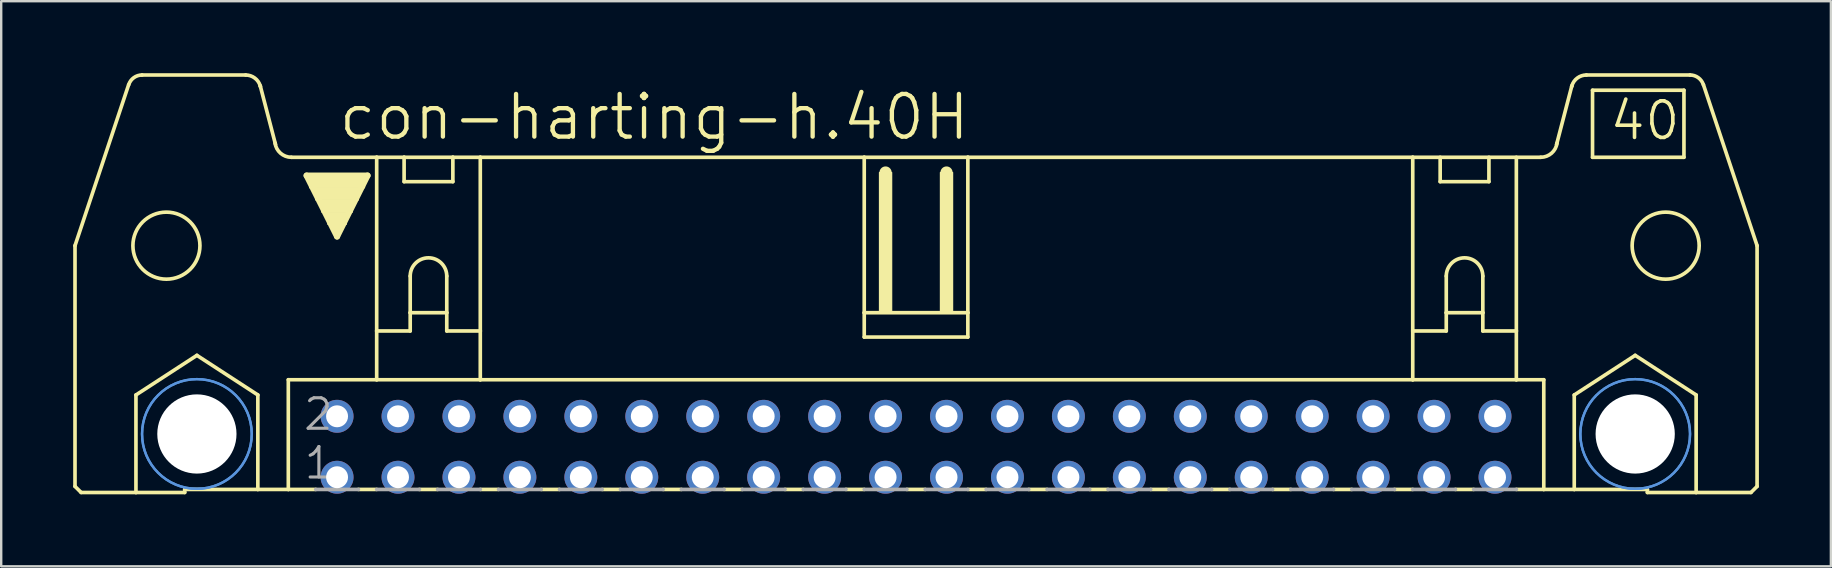
<source format=kicad_pcb>
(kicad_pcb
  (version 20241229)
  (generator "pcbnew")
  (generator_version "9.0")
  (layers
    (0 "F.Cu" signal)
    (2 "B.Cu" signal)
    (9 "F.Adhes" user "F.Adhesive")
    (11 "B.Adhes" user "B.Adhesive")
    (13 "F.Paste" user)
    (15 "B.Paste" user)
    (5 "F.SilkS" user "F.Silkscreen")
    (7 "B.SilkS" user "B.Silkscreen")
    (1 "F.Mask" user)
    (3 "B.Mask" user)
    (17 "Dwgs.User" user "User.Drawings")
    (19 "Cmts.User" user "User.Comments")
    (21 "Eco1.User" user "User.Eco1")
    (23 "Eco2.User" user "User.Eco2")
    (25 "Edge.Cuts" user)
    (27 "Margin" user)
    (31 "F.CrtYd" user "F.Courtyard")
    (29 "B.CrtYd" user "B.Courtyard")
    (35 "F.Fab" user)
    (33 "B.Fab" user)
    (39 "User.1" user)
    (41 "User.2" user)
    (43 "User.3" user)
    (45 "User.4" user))
  (footprint "con-harting-h.40H"
    (layer "F.Cu")
    (at 35.128 15.57)
    (property "Reference" "con-harting-h.40H" (at -24.155 -12.7 0) (layer "F.SilkS") (effects (font (size 1.778 1.778) (thickness 0.18)) (justify left bottom)))
    (attr through_hole)
    (fp_line (start -35.052 1.651) (end -35.052 -8.382) (stroke (width 0.152) (type default)) (layer "F.SilkS"))
    (fp_line (start -35.052 1.651) (end -34.798 1.905) (stroke (width 0.152) (type default)) (layer "F.SilkS"))
    (fp_line (start -34.798 1.905) (end -32.512 1.905) (stroke (width 0.152) (type default)) (layer "F.SilkS"))
    (fp_line (start -32.817 -15.088) (end -35.052 -8.382) (stroke (width 0.152) (type default)) (layer "F.SilkS"))
    (fp_line (start -32.512 -2.159) (end -29.972 -3.81) (stroke (width 0.152) (type default)) (layer "F.SilkS"))
    (fp_line (start -32.512 1.905) (end -32.512 -2.159) (stroke (width 0.152) (type default)) (layer "F.SilkS"))
    (fp_line (start -32.512 1.905) (end -30.48 1.905) (stroke (width 0.152) (type default)) (layer "F.SilkS"))
    (fp_line (start -30.48 1.778) (end -30.48 1.905) (stroke (width 0.152) (type default)) (layer "F.SilkS"))
    (fp_line (start -30.48 1.778) (end -27.432 1.778) (stroke (width 0.152) (type default)) (layer "F.SilkS"))
    (fp_line (start -29.972 -3.81) (end -27.432 -2.159) (stroke (width 0.152) (type default)) (layer "F.SilkS"))
    (fp_line (start -27.94 -15.494) (end -32.258 -15.494) (stroke (width 0.152) (type default)) (layer "F.SilkS"))
    (fp_line (start -27.432 1.778) (end -27.432 -2.159) (stroke (width 0.152) (type default)) (layer "F.SilkS"))
    (fp_line (start -27.432 1.778) (end -26.162 1.778) (stroke (width 0.152) (type default)) (layer "F.SilkS"))
    (fp_line (start -26.695 -12.598) (end -27.33 -15.037) (stroke (width 0.152) (type default)) (layer "F.SilkS"))
    (fp_line (start -26.162 -2.794) (end -26.162 1.778) (stroke (width 0.152) (type default)) (layer "F.SilkS"))
    (fp_line (start -26.162 1.778) (end -25.019 1.778) (stroke (width 0.152) (type default)) (layer "F.SilkS"))
    (fp_line (start -26.035 -12.065) (end -22.479 -12.065) (stroke (width 0.152) (type default)) (layer "F.SilkS"))
    (fp_line (start -25.4 -11.303) (end -22.86 -11.303) (stroke (width 0.254) (type default)) (layer "F.SilkS"))
    (fp_line (start -24.13 -8.763) (end -25.4 -11.303) (stroke (width 0.254) (type default)) (layer "F.SilkS"))
    (fp_line (start -23.241 1.778) (end -22.479 1.778) (stroke (width 0.152) (type default)) (layer "F.SilkS"))
    (fp_line (start -22.86 -11.303) (end -24.13 -8.763) (stroke (width 0.254) (type default)) (layer "F.SilkS"))
    (fp_line (start -22.479 -12.065) (end -21.336 -12.065) (stroke (width 0.152) (type default)) (layer "F.SilkS"))
    (fp_line (start -22.479 -4.826) (end -22.479 -12.065) (stroke (width 0.152) (type default)) (layer "F.SilkS"))
    (fp_line (start -22.479 -4.826) (end -22.479 -2.794) (stroke (width 0.152) (type default)) (layer "F.SilkS"))
    (fp_line (start -22.479 -4.826) (end -21.082 -4.826) (stroke (width 0.152) (type default)) (layer "F.SilkS"))
    (fp_line (start -22.479 -2.794) (end -26.162 -2.794) (stroke (width 0.152) (type default)) (layer "F.SilkS"))
    (fp_line (start -21.336 -12.065) (end -19.304 -12.065) (stroke (width 0.152) (type default)) (layer "F.SilkS"))
    (fp_line (start -21.336 -11.049) (end -21.336 -12.065) (stroke (width 0.152) (type default)) (layer "F.SilkS"))
    (fp_line (start -21.336 -11.049) (end -19.304 -11.049) (stroke (width 0.152) (type default)) (layer "F.SilkS"))
    (fp_line (start -21.082 -7.112) (end -21.082 -5.588) (stroke (width 0.152) (type default)) (layer "F.SilkS"))
    (fp_line (start -21.082 -5.588) (end -21.082 -4.826) (stroke (width 0.152) (type default)) (layer "F.SilkS"))
    (fp_line (start -21.082 -5.588) (end -19.558 -5.588) (stroke (width 0.152) (type default)) (layer "F.SilkS"))
    (fp_line (start -20.701 1.778) (end -19.939 1.778) (stroke (width 0.152) (type default)) (layer "F.SilkS"))
    (fp_line (start -19.558 -7.112) (end -19.558 -5.588) (stroke (width 0.152) (type default)) (layer "F.SilkS"))
    (fp_line (start -19.558 -5.588) (end -19.558 -4.826) (stroke (width 0.152) (type default)) (layer "F.SilkS"))
    (fp_line (start -19.558 -4.826) (end -18.161 -4.826) (stroke (width 0.152) (type default)) (layer "F.SilkS"))
    (fp_line (start -19.304 -12.065) (end -19.304 -11.049) (stroke (width 0.152) (type default)) (layer "F.SilkS"))
    (fp_line (start -19.304 -12.065) (end -18.161 -12.065) (stroke (width 0.152) (type default)) (layer "F.SilkS"))
    (fp_line (start -18.161 -12.065) (end -2.159 -12.065) (stroke (width 0.152) (type default)) (layer "F.SilkS"))
    (fp_line (start -18.161 -4.826) (end -18.161 -12.065) (stroke (width 0.152) (type default)) (layer "F.SilkS"))
    (fp_line (start -18.161 -4.826) (end -18.161 -2.794) (stroke (width 0.152) (type default)) (layer "F.SilkS"))
    (fp_line (start -18.161 -2.794) (end -22.479 -2.794) (stroke (width 0.152) (type default)) (layer "F.SilkS"))
    (fp_line (start -18.161 1.778) (end -17.399 1.778) (stroke (width 0.152) (type default)) (layer "F.SilkS"))
    (fp_line (start -15.621 1.778) (end -14.859 1.778) (stroke (width 0.152) (type default)) (layer "F.SilkS"))
    (fp_line (start -13.081 1.778) (end -12.319 1.778) (stroke (width 0.152) (type default)) (layer "F.SilkS"))
    (fp_line (start -10.541 1.778) (end -9.779 1.778) (stroke (width 0.152) (type default)) (layer "F.SilkS"))
    (fp_line (start -8.001 1.778) (end -7.239 1.778) (stroke (width 0.152) (type default)) (layer "F.SilkS"))
    (fp_line (start -5.461 1.778) (end -4.699 1.778) (stroke (width 0.152) (type default)) (layer "F.SilkS"))
    (fp_line (start -2.921 1.778) (end -2.159 1.778) (stroke (width 0.152) (type default)) (layer "F.SilkS"))
    (fp_line (start -2.159 -12.065) (end -2.159 -5.588) (stroke (width 0.152) (type default)) (layer "F.SilkS"))
    (fp_line (start -2.159 -12.065) (end 2.159 -12.065) (stroke (width 0.152) (type default)) (layer "F.SilkS"))
    (fp_line (start -2.159 -5.588) (end -2.159 -4.572) (stroke (width 0.152) (type default)) (layer "F.SilkS"))
    (fp_line (start -1.27 -11.176) (end -1.27 -11.43) (stroke (width 0.508) (type default)) (layer "F.SilkS"))
    (fp_line (start -0.381 1.778) (end 0.381 1.778) (stroke (width 0.152) (type default)) (layer "F.SilkS"))
    (fp_line (start 1.27 -11.176) (end 1.27 -11.43) (stroke (width 0.508) (type default)) (layer "F.SilkS"))
    (fp_line (start 2.159 -12.065) (end 2.159 -5.588) (stroke (width 0.152) (type default)) (layer "F.SilkS"))
    (fp_line (start 2.159 -12.065) (end 20.701 -12.065) (stroke (width 0.152) (type default)) (layer "F.SilkS"))
    (fp_line (start 2.159 -5.588) (end -2.159 -5.588) (stroke (width 0.152) (type default)) (layer "F.SilkS"))
    (fp_line (start 2.159 -5.588) (end 2.159 -4.572) (stroke (width 0.152) (type default)) (layer "F.SilkS"))
    (fp_line (start 2.159 -4.572) (end -2.159 -4.572) (stroke (width 0.152) (type default)) (layer "F.SilkS"))
    (fp_line (start 2.159 1.778) (end 2.921 1.778) (stroke (width 0.152) (type default)) (layer "F.SilkS"))
    (fp_line (start 4.699 1.778) (end 5.461 1.778) (stroke (width 0.152) (type default)) (layer "F.SilkS"))
    (fp_line (start 7.239 1.778) (end 8.001 1.778) (stroke (width 0.152) (type default)) (layer "F.SilkS"))
    (fp_line (start 9.779 1.778) (end 10.541 1.778) (stroke (width 0.152) (type default)) (layer "F.SilkS"))
    (fp_line (start 12.319 1.778) (end 13.081 1.778) (stroke (width 0.152) (type default)) (layer "F.SilkS"))
    (fp_line (start 14.859 1.778) (end 15.621 1.778) (stroke (width 0.152) (type default)) (layer "F.SilkS"))
    (fp_line (start 17.399 1.778) (end 18.161 1.778) (stroke (width 0.152) (type default)) (layer "F.SilkS"))
    (fp_line (start 19.939 1.778) (end 20.701 1.778) (stroke (width 0.152) (type default)) (layer "F.SilkS"))
    (fp_line (start 20.701 -12.065) (end 26.035 -12.065) (stroke (width 0.152) (type default)) (layer "F.SilkS"))
    (fp_line (start 20.701 -4.826) (end 20.701 -12.065) (stroke (width 0.152) (type default)) (layer "F.SilkS"))
    (fp_line (start 20.701 -4.826) (end 20.701 -2.794) (stroke (width 0.152) (type default)) (layer "F.SilkS"))
    (fp_line (start 20.701 -4.826) (end 22.098 -4.826) (stroke (width 0.152) (type default)) (layer "F.SilkS"))
    (fp_line (start 20.701 -2.794) (end -18.161 -2.794) (stroke (width 0.152) (type default)) (layer "F.SilkS"))
    (fp_line (start 21.844 -11.049) (end 21.844 -12.065) (stroke (width 0.152) (type default)) (layer "F.SilkS"))
    (fp_line (start 21.844 -11.049) (end 23.876 -11.049) (stroke (width 0.152) (type default)) (layer "F.SilkS"))
    (fp_line (start 22.098 -7.112) (end 22.098 -5.588) (stroke (width 0.152) (type default)) (layer "F.SilkS"))
    (fp_line (start 22.098 -5.588) (end 22.098 -4.826) (stroke (width 0.152) (type default)) (layer "F.SilkS"))
    (fp_line (start 22.098 -5.588) (end 23.622 -5.588) (stroke (width 0.152) (type default)) (layer "F.SilkS"))
    (fp_line (start 22.479 1.778) (end 23.241 1.778) (stroke (width 0.152) (type default)) (layer "F.SilkS"))
    (fp_line (start 23.622 -7.112) (end 23.622 -5.588) (stroke (width 0.152) (type default)) (layer "F.SilkS"))
    (fp_line (start 23.622 -5.588) (end 23.622 -4.826) (stroke (width 0.152) (type default)) (layer "F.SilkS"))
    (fp_line (start 23.622 -4.826) (end 25.019 -4.826) (stroke (width 0.152) (type default)) (layer "F.SilkS"))
    (fp_line (start 23.876 -12.065) (end 23.876 -11.049) (stroke (width 0.152) (type default)) (layer "F.SilkS"))
    (fp_line (start 25.019 -4.826) (end 25.019 -12.065) (stroke (width 0.152) (type default)) (layer "F.SilkS"))
    (fp_line (start 25.019 -4.826) (end 25.019 -2.794) (stroke (width 0.152) (type default)) (layer "F.SilkS"))
    (fp_line (start 25.019 -2.794) (end 20.701 -2.794) (stroke (width 0.152) (type default)) (layer "F.SilkS"))
    (fp_line (start 26.162 -2.794) (end 25.019 -2.794) (stroke (width 0.152) (type default)) (layer "F.SilkS"))
    (fp_line (start 26.162 -2.794) (end 26.162 1.778) (stroke (width 0.152) (type default)) (layer "F.SilkS"))
    (fp_line (start 26.162 1.778) (end 25.019 1.778) (stroke (width 0.152) (type default)) (layer "F.SilkS"))
    (fp_line (start 26.695 -12.598) (end 27.33 -15.037) (stroke (width 0.152) (type default)) (layer "F.SilkS"))
    (fp_line (start 27.432 -2.159) (end 29.972 -3.81) (stroke (width 0.152) (type default)) (layer "F.SilkS"))
    (fp_line (start 27.432 1.778) (end 26.162 1.778) (stroke (width 0.152) (type default)) (layer "F.SilkS"))
    (fp_line (start 27.432 1.778) (end 27.432 -2.159) (stroke (width 0.152) (type default)) (layer "F.SilkS"))
    (fp_line (start 27.94 -15.494) (end 32.258 -15.494) (stroke (width 0.152) (type default)) (layer "F.SilkS"))
    (fp_line (start 28.194 -14.859) (end 28.194 -12.065) (stroke (width 0.152) (type default)) (layer "F.SilkS"))
    (fp_line (start 28.194 -12.065) (end 32.004 -12.065) (stroke (width 0.152) (type default)) (layer "F.SilkS"))
    (fp_line (start 29.972 -3.81) (end 32.512 -2.159) (stroke (width 0.152) (type default)) (layer "F.SilkS"))
    (fp_line (start 30.48 1.778) (end 27.432 1.778) (stroke (width 0.152) (type default)) (layer "F.SilkS"))
    (fp_line (start 30.48 1.778) (end 30.48 1.905) (stroke (width 0.152) (type default)) (layer "F.SilkS"))
    (fp_line (start 32.004 -14.859) (end 28.194 -14.859) (stroke (width 0.152) (type default)) (layer "F.SilkS"))
    (fp_line (start 32.004 -14.859) (end 32.004 -12.065) (stroke (width 0.152) (type default)) (layer "F.SilkS"))
    (fp_line (start 32.512 1.905) (end 30.48 1.905) (stroke (width 0.152) (type default)) (layer "F.SilkS"))
    (fp_line (start 32.512 1.905) (end 32.512 -2.159) (stroke (width 0.152) (type default)) (layer "F.SilkS"))
    (fp_line (start 32.817 -15.088) (end 35.052 -8.382) (stroke (width 0.152) (type default)) (layer "F.SilkS"))
    (fp_line (start 34.798 1.905) (end 32.512 1.905) (stroke (width 0.152) (type default)) (layer "F.SilkS"))
    (fp_line (start 35.052 1.651) (end 34.798 1.905) (stroke (width 0.152) (type default)) (layer "F.SilkS"))
    (fp_line (start 35.052 1.651) (end 35.052 -8.382) (stroke (width 0.152) (type default)) (layer "F.SilkS"))
    (fp_rect (start -25.273 -10.795) (end -22.987 -11.303) (stroke (width 0.05) (type default)) (fill yes) (layer "F.SilkS"))
    (fp_rect (start -25.019 -10.287) (end -23.241 -10.795) (stroke (width 0.05) (type default)) (fill yes) (layer "F.SilkS"))
    (fp_rect (start -24.765 -9.779) (end -23.495 -10.287) (stroke (width 0.05) (type default)) (fill yes) (layer "F.SilkS"))
    (fp_rect (start -24.511 -9.271) (end -23.749 -9.779) (stroke (width 0.05) (type default)) (fill yes) (layer "F.SilkS"))
    (fp_rect (start -24.257 -9.017) (end -24.003 -9.271) (stroke (width 0.05) (type default)) (fill yes) (layer "F.SilkS"))
    (fp_rect (start -1.524 -5.588) (end -1.016 -11.43) (stroke (width 0.05) (type default)) (fill yes) (layer "F.SilkS"))
    (fp_rect (start 1.016 -5.588) (end 1.524 -11.43) (stroke (width 0.05) (type default)) (fill yes) (layer "F.SilkS"))
    (fp_arc (start -32.8144 -15.0878) (mid -32.602454 -15.38168) (end -32.258 -15.4941) (stroke (width 0.1524) (type default)) (layer "F.SilkS"))
    (fp_arc (start -27.94 -15.494) (mid -27.559 -15.367) (end -27.3304 -15.0368) (stroke (width 0.1524) (type default)) (layer "F.SilkS"))
    (fp_arc (start -27.3304 -15.0368) (mid -27.327084 -15.024931) (end -27.324 -15.013) (stroke (width 0.1524) (type default)) (layer "F.SilkS"))
    (fp_arc (start -26.035 -12.065) (mid -26.486774 -12.234824) (end -26.7148 -12.6602) (stroke (width 0.1524) (type default)) (layer "F.SilkS"))
    (fp_arc (start -21.082 -7.112) (mid -20.32 -7.874) (end -19.558 -7.112) (stroke (width 0.1524) (type default)) (layer "F.SilkS"))
    (fp_arc (start 22.098 -7.112) (mid 22.86 -7.874) (end 23.622 -7.112) (stroke (width 0.1524) (type default)) (layer "F.SilkS"))
    (fp_arc (start 26.7148 -12.6602) (mid 26.486774 -12.234824) (end 26.035 -12.065) (stroke (width 0.1524) (type default)) (layer "F.SilkS"))
    (fp_arc (start 27.324 -15.013) (mid 27.327084 -15.024931) (end 27.3304 -15.0368) (stroke (width 0.1524) (type default)) (layer "F.SilkS"))
    (fp_arc (start 27.3304 -15.0368) (mid 27.559 -15.367) (end 27.94 -15.494) (stroke (width 0.1524) (type default)) (layer "F.SilkS"))
    (fp_arc (start 32.258 -15.494) (mid 32.602385 -15.38161) (end 32.8143 -15.0878) (stroke (width 0.1524) (type default)) (layer "F.SilkS"))
    (fp_circle (center -31.242 -8.382) (end -29.845 -8.382) (stroke (width 0.152) (type default)) (fill no) (layer "F.SilkS"))
    (fp_circle (center -29.972 -0.533) (end -28.651 -0.533) (stroke (width 0.152) (type default)) (fill no) (layer "F.SilkS"))
    (fp_circle (center 29.972 -0.533) (end 31.293 -0.533) (stroke (width 0.152) (type default)) (fill no) (layer "F.SilkS"))
    (fp_circle (center 31.242 -8.382) (end 32.639 -8.382) (stroke (width 0.152) (type default)) (fill no) (layer "F.SilkS"))
    (fp_circle (center -29.972 -0.533) (end -27.686 -0.533) (stroke (width 0.1) (type default)) (fill no) (layer "Cmts.User"))
    (fp_circle (center -29.972 -0.533) (end -27.686 -0.533) (stroke (width 0.1) (type default)) (fill no) (layer "Cmts.User"))
    (fp_circle (center 29.972 -0.533) (end 32.258 -0.533) (stroke (width 0.1) (type default)) (fill no) (layer "Cmts.User"))
    (fp_circle (center 29.972 -0.533) (end 32.258 -0.533) (stroke (width 0.1) (type default)) (fill no) (layer "Cmts.User"))
    (fp_line (start -25.019 1.778) (end -23.241 1.778) (stroke (width 0.152) (type default)) (layer "F.Fab"))
    (fp_line (start -22.479 1.778) (end -20.701 1.778) (stroke (width 0.152) (type default)) (layer "F.Fab"))
    (fp_line (start -19.939 1.778) (end -18.161 1.778) (stroke (width 0.152) (type default)) (layer "F.Fab"))
    (fp_line (start -17.399 1.778) (end -15.621 1.778) (stroke (width 0.152) (type default)) (layer "F.Fab"))
    (fp_line (start -14.859 1.778) (end -13.081 1.778) (stroke (width 0.152) (type default)) (layer "F.Fab"))
    (fp_line (start -12.319 1.778) (end -10.541 1.778) (stroke (width 0.152) (type default)) (layer "F.Fab"))
    (fp_line (start -9.779 1.778) (end -8.001 1.778) (stroke (width 0.152) (type default)) (layer "F.Fab"))
    (fp_line (start -7.239 1.778) (end -5.461 1.778) (stroke (width 0.152) (type default)) (layer "F.Fab"))
    (fp_line (start -4.699 1.778) (end -2.921 1.778) (stroke (width 0.152) (type default)) (layer "F.Fab"))
    (fp_line (start -2.159 1.778) (end -0.381 1.778) (stroke (width 0.152) (type default)) (layer "F.Fab"))
    (fp_line (start 0.381 1.778) (end 2.159 1.778) (stroke (width 0.152) (type default)) (layer "F.Fab"))
    (fp_line (start 2.921 1.778) (end 4.699 1.778) (stroke (width 0.152) (type default)) (layer "F.Fab"))
    (fp_line (start 5.461 1.778) (end 7.239 1.778) (stroke (width 0.152) (type default)) (layer "F.Fab"))
    (fp_line (start 8.001 1.778) (end 9.779 1.778) (stroke (width 0.152) (type default)) (layer "F.Fab"))
    (fp_line (start 10.541 1.778) (end 12.319 1.778) (stroke (width 0.152) (type default)) (layer "F.Fab"))
    (fp_line (start 13.081 1.778) (end 14.859 1.778) (stroke (width 0.152) (type default)) (layer "F.Fab"))
    (fp_line (start 15.621 1.778) (end 17.399 1.778) (stroke (width 0.152) (type default)) (layer "F.Fab"))
    (fp_line (start 19.939 1.778) (end 18.161 1.778) (stroke (width 0.152) (type default)) (layer "F.Fab"))
    (fp_line (start 22.479 1.778) (end 20.701 1.778) (stroke (width 0.152) (type default)) (layer "F.Fab"))
    (fp_line (start 25.019 1.778) (end 23.241 1.778) (stroke (width 0.152) (type default)) (layer "F.Fab"))
    (fp_text user "40" (at 28.829 -12.7 0) (layer "F.SilkS") (effects (font (size 1.524 1.524) (thickness 0.15)) (justify left bottom)))
    (fp_text user "1" (at -25.578 1.422 0) (layer "F.Fab") (effects (font (size 1.27 1.27) (thickness 0.13)) (justify left bottom)))
    (fp_text user "2" (at -25.603 -0.61 0) (layer "F.Fab") (effects (font (size 1.27 1.27) (thickness 0.13)) (justify left bottom)))
    (pad "" np_thru_hole circle (at -29.972 -0.533) (size 3.302 3.302) (drill 3.302) (layers "*.Cu" "*.Mask"))
    (pad "" np_thru_hole circle (at 29.972 -0.533) (size 3.302 3.302) (drill 3.302) (layers "*.Cu" "*.Mask"))
    (pad "1" thru_hole circle (at -24.13 1.27) (size 1.372 1.372) (drill 0.914) (layers "*.Cu" "*.Mask"))
    (pad "2" thru_hole circle (at -24.13 -1.27) (size 1.372 1.372) (drill 0.914) (layers "*.Cu" "*.Mask"))
    (pad "3" thru_hole circle (at -21.59 1.27) (size 1.372 1.372) (drill 0.914) (layers "*.Cu" "*.Mask"))
    (pad "4" thru_hole circle (at -21.59 -1.27) (size 1.372 1.372) (drill 0.914) (layers "*.Cu" "*.Mask"))
    (pad "5" thru_hole circle (at -19.05 1.27) (size 1.372 1.372) (drill 0.914) (layers "*.Cu" "*.Mask"))
    (pad "6" thru_hole circle (at -19.05 -1.27) (size 1.372 1.372) (drill 0.914) (layers "*.Cu" "*.Mask"))
    (pad "7" thru_hole circle (at -16.51 1.27) (size 1.372 1.372) (drill 0.914) (layers "*.Cu" "*.Mask"))
    (pad "8" thru_hole circle (at -16.51 -1.27) (size 1.372 1.372) (drill 0.914) (layers "*.Cu" "*.Mask"))
    (pad "9" thru_hole circle (at -13.97 1.27) (size 1.372 1.372) (drill 0.914) (layers "*.Cu" "*.Mask"))
    (pad "10" thru_hole circle (at -13.97 -1.27) (size 1.372 1.372) (drill 0.914) (layers "*.Cu" "*.Mask"))
    (pad "11" thru_hole circle (at -11.43 1.27) (size 1.372 1.372) (drill 0.914) (layers "*.Cu" "*.Mask"))
    (pad "12" thru_hole circle (at -11.43 -1.27) (size 1.372 1.372) (drill 0.914) (layers "*.Cu" "*.Mask"))
    (pad "13" thru_hole circle (at -8.89 1.27) (size 1.372 1.372) (drill 0.914) (layers "*.Cu" "*.Mask"))
    (pad "14" thru_hole circle (at -8.89 -1.27) (size 1.372 1.372) (drill 0.914) (layers "*.Cu" "*.Mask"))
    (pad "15" thru_hole circle (at -6.35 1.27) (size 1.372 1.372) (drill 0.914) (layers "*.Cu" "*.Mask"))
    (pad "16" thru_hole circle (at -6.35 -1.27) (size 1.372 1.372) (drill 0.914) (layers "*.Cu" "*.Mask"))
    (pad "17" thru_hole circle (at -3.81 1.27) (size 1.372 1.372) (drill 0.914) (layers "*.Cu" "*.Mask"))
    (pad "18" thru_hole circle (at -3.81 -1.27) (size 1.372 1.372) (drill 0.914) (layers "*.Cu" "*.Mask"))
    (pad "19" thru_hole circle (at -1.27 1.27) (size 1.372 1.372) (drill 0.914) (layers "*.Cu" "*.Mask"))
    (pad "20" thru_hole circle (at -1.27 -1.27) (size 1.372 1.372) (drill 0.914) (layers "*.Cu" "*.Mask"))
    (pad "21" thru_hole circle (at 1.27 1.27) (size 1.372 1.372) (drill 0.914) (layers "*.Cu" "*.Mask"))
    (pad "22" thru_hole circle (at 1.27 -1.27) (size 1.372 1.372) (drill 0.914) (layers "*.Cu" "*.Mask"))
    (pad "23" thru_hole circle (at 3.81 1.27) (size 1.372 1.372) (drill 0.914) (layers "*.Cu" "*.Mask"))
    (pad "24" thru_hole circle (at 3.81 -1.27) (size 1.372 1.372) (drill 0.914) (layers "*.Cu" "*.Mask"))
    (pad "25" thru_hole circle (at 6.35 1.27) (size 1.372 1.372) (drill 0.914) (layers "*.Cu" "*.Mask"))
    (pad "26" thru_hole circle (at 6.35 -1.27) (size 1.372 1.372) (drill 0.914) (layers "*.Cu" "*.Mask"))
    (pad "27" thru_hole circle (at 8.89 1.27) (size 1.372 1.372) (drill 0.914) (layers "*.Cu" "*.Mask"))
    (pad "28" thru_hole circle (at 8.89 -1.27) (size 1.372 1.372) (drill 0.914) (layers "*.Cu" "*.Mask"))
    (pad "29" thru_hole circle (at 11.43 1.27) (size 1.372 1.372) (drill 0.914) (layers "*.Cu" "*.Mask"))
    (pad "30" thru_hole circle (at 11.43 -1.27) (size 1.372 1.372) (drill 0.914) (layers "*.Cu" "*.Mask"))
    (pad "31" thru_hole circle (at 13.97 1.27) (size 1.372 1.372) (drill 0.914) (layers "*.Cu" "*.Mask"))
    (pad "32" thru_hole circle (at 13.97 -1.27) (size 1.372 1.372) (drill 0.914) (layers "*.Cu" "*.Mask"))
    (pad "33" thru_hole circle (at 16.51 1.27) (size 1.372 1.372) (drill 0.914) (layers "*.Cu" "*.Mask"))
    (pad "34" thru_hole circle (at 16.51 -1.27) (size 1.372 1.372) (drill 0.914) (layers "*.Cu" "*.Mask"))
    (pad "35" thru_hole circle (at 19.05 1.27) (size 1.372 1.372) (drill 0.914) (layers "*.Cu" "*.Mask"))
    (pad "36" thru_hole circle (at 19.05 -1.27) (size 1.372 1.372) (drill 0.914) (layers "*.Cu" "*.Mask"))
    (pad "37" thru_hole circle (at 21.59 1.27) (size 1.372 1.372) (drill 0.914) (layers "*.Cu" "*.Mask"))
    (pad "38" thru_hole circle (at 21.59 -1.27) (size 1.372 1.372) (drill 0.914) (layers "*.Cu" "*.Mask"))
    (pad "39" thru_hole circle (at 24.13 1.27) (size 1.372 1.372) (drill 0.914) (layers "*.Cu" "*.Mask"))
    (pad "40" thru_hole circle (at 24.13 -1.27) (size 1.372 1.372) (drill 0.914) (layers "*.Cu" "*.Mask")))
  (gr_rect
    (start -3 -3)
    (end 73.256 20.552)
    (stroke (width 0.1) (type default))
    (fill no)
    (layer "Edge.Cuts")))
</source>
